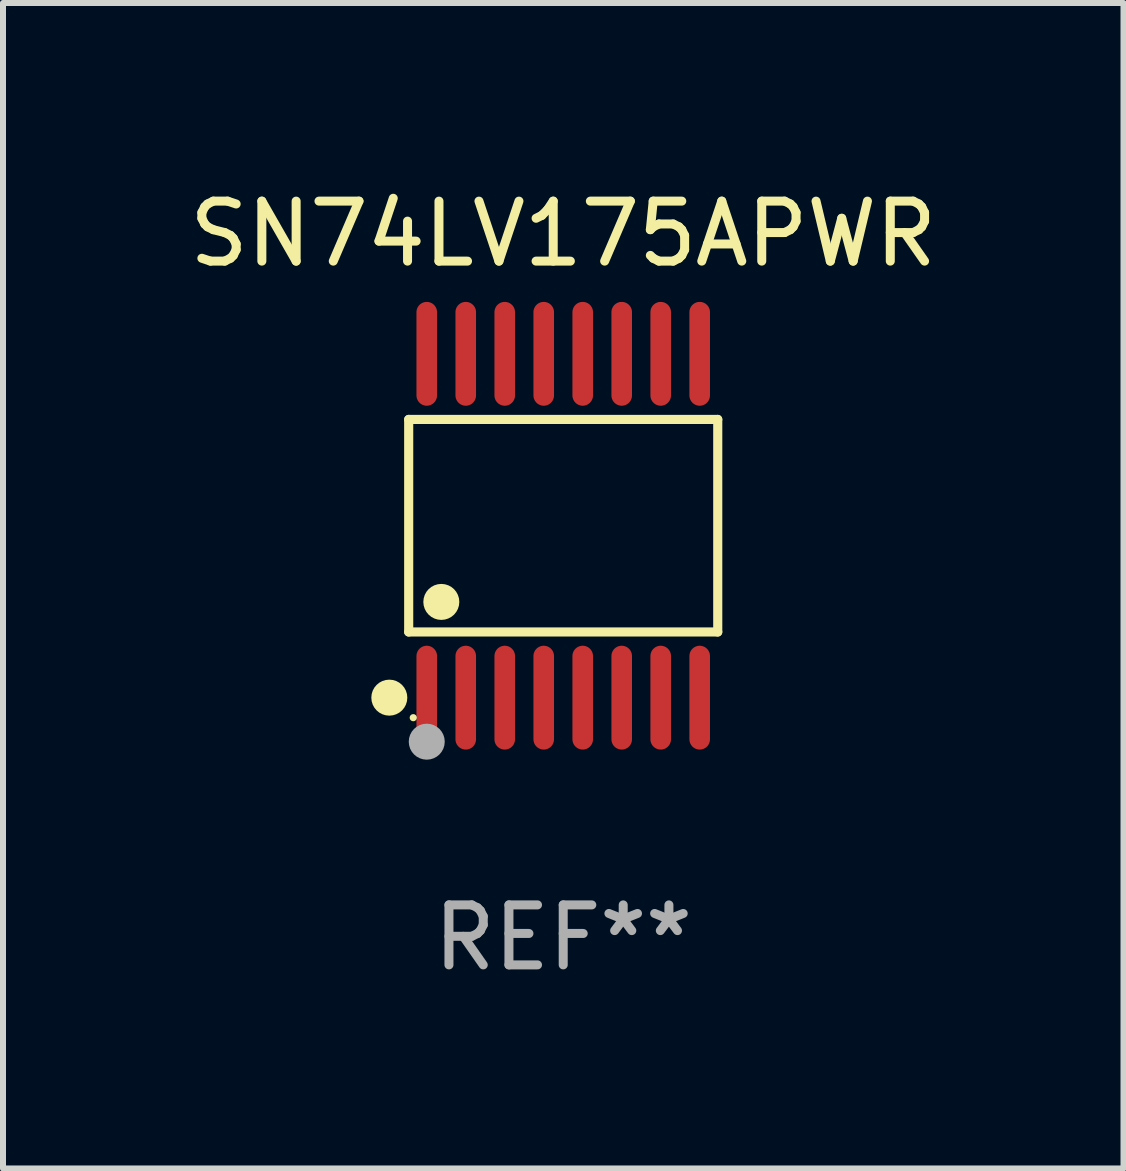
<source format=kicad_pcb>
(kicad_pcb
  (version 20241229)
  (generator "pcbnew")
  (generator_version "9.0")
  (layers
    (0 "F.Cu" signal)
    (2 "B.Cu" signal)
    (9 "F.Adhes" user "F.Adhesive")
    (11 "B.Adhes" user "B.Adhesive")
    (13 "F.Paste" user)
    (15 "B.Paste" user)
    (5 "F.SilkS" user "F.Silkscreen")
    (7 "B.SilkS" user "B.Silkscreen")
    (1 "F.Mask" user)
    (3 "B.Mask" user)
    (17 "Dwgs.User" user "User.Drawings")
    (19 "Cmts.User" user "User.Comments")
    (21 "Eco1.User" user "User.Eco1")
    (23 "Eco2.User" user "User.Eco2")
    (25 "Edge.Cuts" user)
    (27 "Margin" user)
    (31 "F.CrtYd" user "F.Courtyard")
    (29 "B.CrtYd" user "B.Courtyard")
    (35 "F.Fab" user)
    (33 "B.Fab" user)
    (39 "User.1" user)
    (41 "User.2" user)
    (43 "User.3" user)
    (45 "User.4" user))
  (footprint "SN74LV175APWR"
    (layer "F.Cu")
    (at 6.339 5.714)
    (property "Reference" "SN74LV175APWR" (at 0 -4.866 0) (layer "F.SilkS") (effects (font (size 1 1) (thickness 0.15))))
    (attr through_hole)
    (fp_line (start -2.576 -1.772) (end 2.576 -1.772) (stroke (width 0.152) (type solid)) (layer "F.SilkS"))
    (fp_line (start -2.576 1.771) (end -2.576 -1.772) (stroke (width 0.152) (type solid)) (layer "F.SilkS"))
    (fp_line (start 2.576 -1.772) (end 2.576 1.771) (stroke (width 0.152) (type solid)) (layer "F.SilkS"))
    (fp_line (start 2.576 1.771) (end -2.576 1.771) (stroke (width 0.152) (type solid)) (layer "F.SilkS"))
    (fp_circle (center -2.899 2.866) (end -2.749 2.866) (stroke (width 0.3) (type solid)) (fill no) (layer "F.SilkS"))
    (fp_circle (center -2.5 3.2) (end -2.47 3.2) (stroke (width 0.06) (type solid)) (fill no) (layer "F.SilkS"))
    (fp_circle (center -2.032 1.27) (end -1.882 1.27) (stroke (width 0.3) (type solid)) (fill no) (layer "F.SilkS"))
    (fp_circle (center -2.275 3.6) (end -2.125 3.6) (stroke (width 0.3) (type solid)) (fill no) (layer "F.Fab"))
    (fp_text user "REF**" (at 0 6.866 0) (layer "F.Fab") (effects (font (size 1 1) (thickness 0.15))))
    (pad "1" smd oval (at -2.275 2.866) (size 0.343 1.731) (layers "F.Cu" "F.Mask" "F.Paste"))
    (pad "2" smd oval (at -1.625 2.866) (size 0.343 1.731) (layers "F.Cu" "F.Mask" "F.Paste"))
    (pad "3" smd oval (at -0.975 2.866) (size 0.343 1.731) (layers "F.Cu" "F.Mask" "F.Paste"))
    (pad "4" smd oval (at -0.325 2.866) (size 0.343 1.731) (layers "F.Cu" "F.Mask" "F.Paste"))
    (pad "5" smd oval (at 0.325 2.866) (size 0.343 1.731) (layers "F.Cu" "F.Mask" "F.Paste"))
    (pad "6" smd oval (at 0.975 2.866) (size 0.343 1.731) (layers "F.Cu" "F.Mask" "F.Paste"))
    (pad "7" smd oval (at 1.625 2.866) (size 0.343 1.731) (layers "F.Cu" "F.Mask" "F.Paste"))
    (pad "8" smd oval (at 2.275 2.866) (size 0.343 1.731) (layers "F.Cu" "F.Mask" "F.Paste"))
    (pad "9" smd oval (at 2.275 -2.866) (size 0.343 1.731) (layers "F.Cu" "F.Mask" "F.Paste"))
    (pad "10" smd oval (at 1.625 -2.866) (size 0.343 1.731) (layers "F.Cu" "F.Mask" "F.Paste"))
    (pad "11" smd oval (at 0.975 -2.866) (size 0.343 1.731) (layers "F.Cu" "F.Mask" "F.Paste"))
    (pad "12" smd oval (at 0.325 -2.866) (size 0.343 1.731) (layers "F.Cu" "F.Mask" "F.Paste"))
    (pad "13" smd oval (at -0.325 -2.866) (size 0.343 1.731) (layers "F.Cu" "F.Mask" "F.Paste"))
    (pad "14" smd oval (at -0.975 -2.866) (size 0.343 1.731) (layers "F.Cu" "F.Mask" "F.Paste"))
    (pad "15" smd oval (at -1.625 -2.866) (size 0.343 1.731) (layers "F.Cu" "F.Mask" "F.Paste"))
    (pad "16" smd oval (at -2.275 -2.866) (size 0.343 1.731) (layers "F.Cu" "F.Mask" "F.Paste")))
  (gr_rect
    (start -3 -3)
    (end 15.679 16.428)
    (stroke (width 0.1) (type default))
    (fill no)
    (layer "Edge.Cuts")))
</source>
